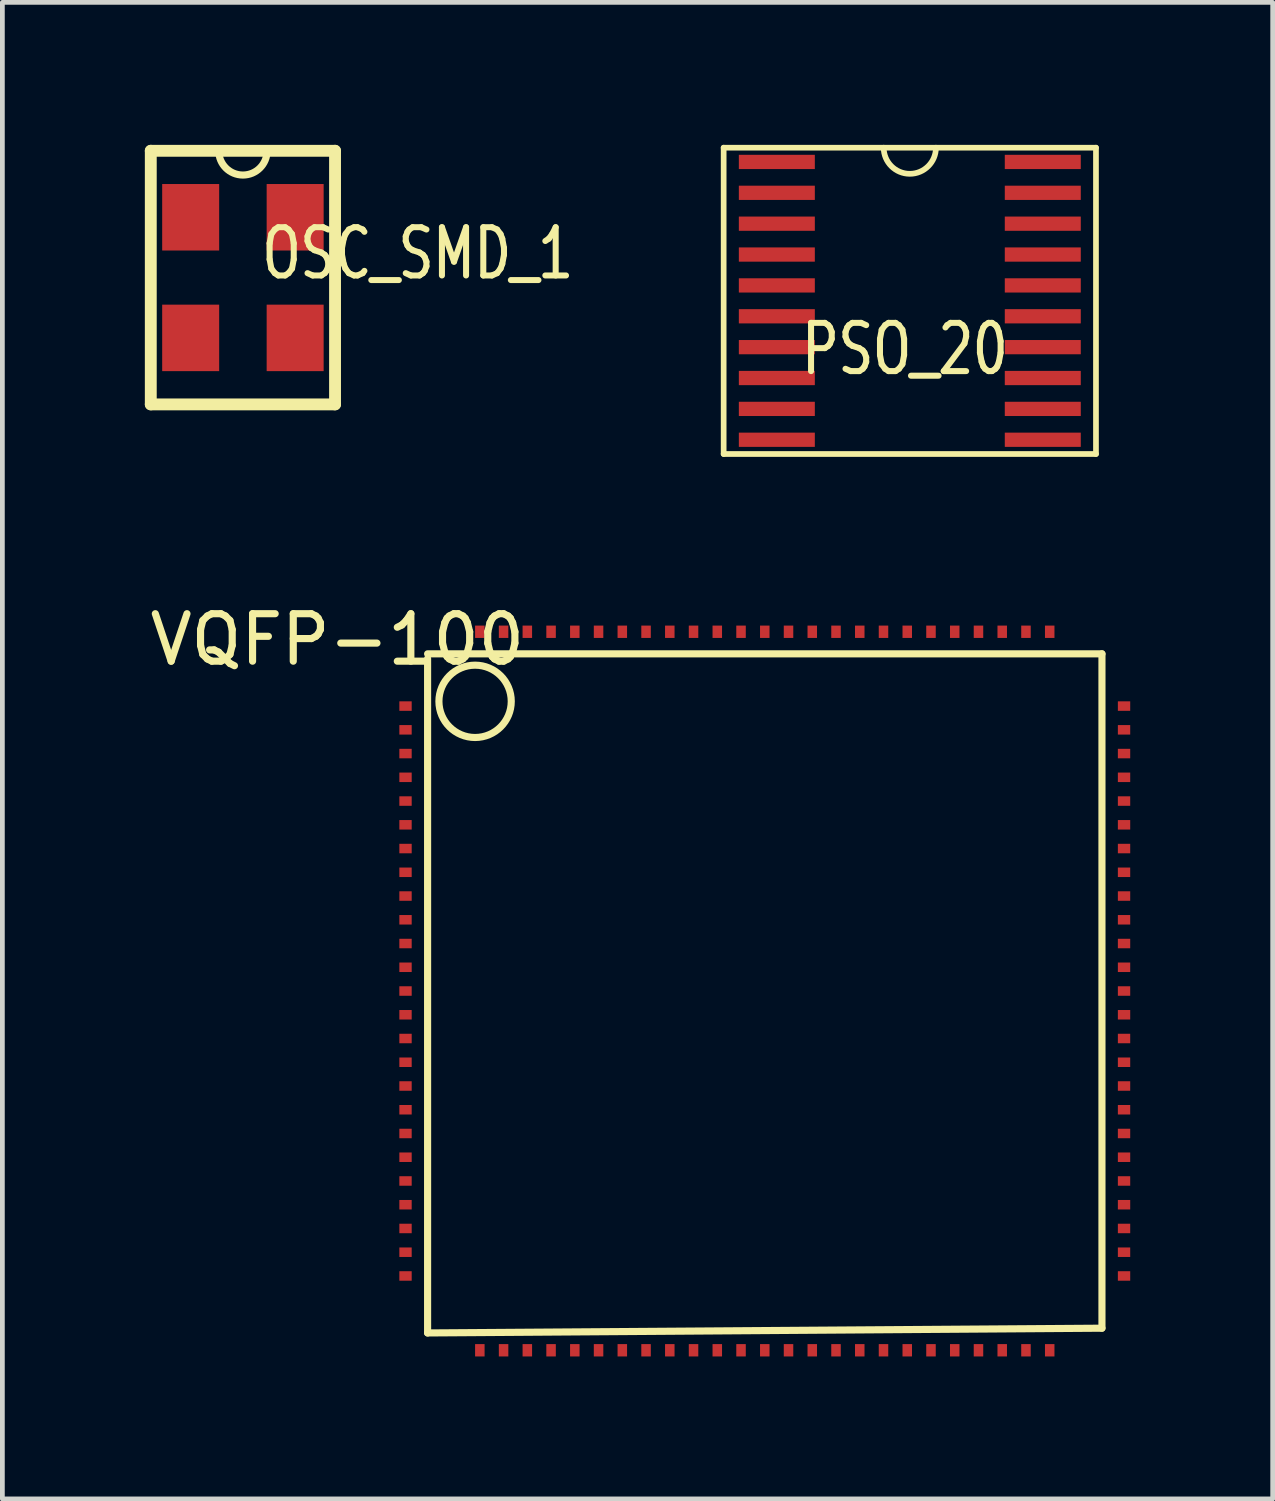
<source format=kicad_pcb>
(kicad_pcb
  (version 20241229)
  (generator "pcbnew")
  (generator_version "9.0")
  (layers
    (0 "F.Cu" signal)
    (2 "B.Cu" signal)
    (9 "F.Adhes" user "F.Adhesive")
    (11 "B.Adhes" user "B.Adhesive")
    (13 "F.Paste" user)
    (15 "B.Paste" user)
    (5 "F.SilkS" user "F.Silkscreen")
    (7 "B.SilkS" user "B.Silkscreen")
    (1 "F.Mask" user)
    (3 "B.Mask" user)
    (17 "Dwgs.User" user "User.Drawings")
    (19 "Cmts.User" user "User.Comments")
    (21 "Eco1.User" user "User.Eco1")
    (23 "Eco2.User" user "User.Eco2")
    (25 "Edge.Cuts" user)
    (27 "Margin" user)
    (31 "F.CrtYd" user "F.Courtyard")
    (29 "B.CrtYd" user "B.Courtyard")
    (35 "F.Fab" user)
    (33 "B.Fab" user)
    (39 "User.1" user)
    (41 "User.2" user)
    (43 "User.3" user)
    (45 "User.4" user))
  (footprint "VQFP-100"
    (layer "F.Cu")
    (at 13.054 17.818)
    (property "Reference" "VQFP-100" (at -9 -7.4 0) (layer "F.SilkS") (effects (font (size 1 1) (thickness 0.15))))
    (attr through_hole)
    (fp_line (start -7.1 -7.1) (end 7.1 -7.1) (stroke (width 0.15) (type solid)) (layer "F.SilkS"))
    (fp_line (start -7.1 7.2) (end -7.1 -7) (stroke (width 0.15) (type solid)) (layer "F.SilkS"))
    (fp_line (start 7.1 -7.1) (end 7.1 7.1) (stroke (width 0.15) (type solid)) (layer "F.SilkS"))
    (fp_line (start 7.1 7.1) (end -7.1 7.2) (stroke (width 0.15) (type solid)) (layer "F.SilkS"))
    (fp_circle (center -6.1 -6.1) (end -5.4 -5.8) (stroke (width 0.15) (type solid)) (fill no) (layer "F.SilkS"))
    (pad "1" smd rect (at -7.565 -6) (size 0.26 0.2) (layers "F.Cu" "F.Mask" "F.Paste"))
    (pad "2" smd rect (at -7.565 -5.5) (size 0.26 0.2) (layers "F.Cu" "F.Mask" "F.Paste"))
    (pad "3" smd rect (at -7.565 -5) (size 0.26 0.2) (layers "F.Cu" "F.Mask" "F.Paste"))
    (pad "4" smd rect (at -7.565 -4.5) (size 0.26 0.2) (layers "F.Cu" "F.Mask" "F.Paste"))
    (pad "5" smd rect (at -7.565 -4) (size 0.26 0.2) (layers "F.Cu" "F.Mask" "F.Paste"))
    (pad "6" smd rect (at -7.565 -3.5) (size 0.26 0.2) (layers "F.Cu" "F.Mask" "F.Paste"))
    (pad "7" smd rect (at -7.565 -3) (size 0.26 0.2) (layers "F.Cu" "F.Mask" "F.Paste"))
    (pad "8" smd rect (at -7.565 -2.5) (size 0.26 0.2) (layers "F.Cu" "F.Mask" "F.Paste"))
    (pad "9" smd rect (at -7.565 -2) (size 0.26 0.2) (layers "F.Cu" "F.Mask" "F.Paste"))
    (pad "10" smd rect (at -7.565 -1.5) (size 0.26 0.2) (layers "F.Cu" "F.Mask" "F.Paste"))
    (pad "11" smd rect (at -7.565 -1) (size 0.26 0.2) (layers "F.Cu" "F.Mask" "F.Paste"))
    (pad "12" smd rect (at -7.565 -0.5) (size 0.26 0.2) (layers "F.Cu" "F.Mask" "F.Paste"))
    (pad "13" smd rect (at -7.565 0) (size 0.26 0.2) (layers "F.Cu" "F.Mask" "F.Paste"))
    (pad "14" smd rect (at -7.565 0.5) (size 0.26 0.2) (layers "F.Cu" "F.Mask" "F.Paste"))
    (pad "15" smd rect (at -7.565 1) (size 0.26 0.2) (layers "F.Cu" "F.Mask" "F.Paste"))
    (pad "16" smd rect (at -7.565 1.5) (size 0.26 0.2) (layers "F.Cu" "F.Mask" "F.Paste"))
    (pad "17" smd rect (at -7.565 2) (size 0.26 0.2) (layers "F.Cu" "F.Mask" "F.Paste"))
    (pad "18" smd rect (at -7.565 2.5) (size 0.26 0.2) (layers "F.Cu" "F.Mask" "F.Paste"))
    (pad "19" smd rect (at -7.565 3) (size 0.26 0.2) (layers "F.Cu" "F.Mask" "F.Paste"))
    (pad "20" smd rect (at -7.565 3.5) (size 0.26 0.2) (layers "F.Cu" "F.Mask" "F.Paste"))
    (pad "21" smd rect (at -7.565 4) (size 0.26 0.2) (layers "F.Cu" "F.Mask" "F.Paste"))
    (pad "22" smd rect (at -7.565 4.5) (size 0.26 0.2) (layers "F.Cu" "F.Mask" "F.Paste"))
    (pad "23" smd rect (at -7.565 5) (size 0.26 0.2) (layers "F.Cu" "F.Mask" "F.Paste"))
    (pad "24" smd rect (at -7.565 5.5) (size 0.26 0.2) (layers "F.Cu" "F.Mask" "F.Paste"))
    (pad "25" smd rect (at -7.565 6) (size 0.26 0.2) (layers "F.Cu" "F.Mask" "F.Paste"))
    (pad "26" smd rect (at -6 7.565) (size 0.2 0.26) (layers "F.Cu" "F.Mask" "F.Paste"))
    (pad "27" smd rect (at -5.5 7.565) (size 0.2 0.26) (layers "F.Cu" "F.Mask" "F.Paste"))
    (pad "28" smd rect (at -5 7.565) (size 0.2 0.26) (layers "F.Cu" "F.Mask" "F.Paste"))
    (pad "29" smd rect (at -4.5 7.565) (size 0.2 0.26) (layers "F.Cu" "F.Mask" "F.Paste"))
    (pad "30" smd rect (at -4 7.565) (size 0.2 0.26) (layers "F.Cu" "F.Mask" "F.Paste"))
    (pad "31" smd rect (at -3.5 7.565) (size 0.2 0.26) (layers "F.Cu" "F.Mask" "F.Paste"))
    (pad "32" smd rect (at -3 7.565) (size 0.2 0.26) (layers "F.Cu" "F.Mask" "F.Paste"))
    (pad "33" smd rect (at -2.5 7.565) (size 0.2 0.26) (layers "F.Cu" "F.Mask" "F.Paste"))
    (pad "34" smd rect (at -2 7.565) (size 0.2 0.26) (layers "F.Cu" "F.Mask" "F.Paste"))
    (pad "35" smd rect (at -1.5 7.565) (size 0.2 0.26) (layers "F.Cu" "F.Mask" "F.Paste"))
    (pad "36" smd rect (at -1 7.565) (size 0.2 0.26) (layers "F.Cu" "F.Mask" "F.Paste"))
    (pad "37" smd rect (at -0.5 7.565) (size 0.2 0.26) (layers "F.Cu" "F.Mask" "F.Paste"))
    (pad "38" smd rect (at 0 7.565) (size 0.2 0.26) (layers "F.Cu" "F.Mask" "F.Paste"))
    (pad "39" smd rect (at 0.5 7.565) (size 0.2 0.26) (layers "F.Cu" "F.Mask" "F.Paste"))
    (pad "40" smd rect (at 1 7.565) (size 0.2 0.26) (layers "F.Cu" "F.Mask" "F.Paste"))
    (pad "41" smd rect (at 1.5 7.565) (size 0.2 0.26) (layers "F.Cu" "F.Mask" "F.Paste"))
    (pad "42" smd rect (at 2 7.565) (size 0.2 0.26) (layers "F.Cu" "F.Mask" "F.Paste"))
    (pad "43" smd rect (at 2.5 7.565) (size 0.2 0.26) (layers "F.Cu" "F.Mask" "F.Paste"))
    (pad "44" smd rect (at 3 7.565) (size 0.2 0.26) (layers "F.Cu" "F.Mask" "F.Paste"))
    (pad "45" smd rect (at 3.5 7.565) (size 0.2 0.26) (layers "F.Cu" "F.Mask" "F.Paste"))
    (pad "46" smd rect (at 4 7.565) (size 0.2 0.26) (layers "F.Cu" "F.Mask" "F.Paste"))
    (pad "47" smd rect (at 4.5 7.565) (size 0.2 0.26) (layers "F.Cu" "F.Mask" "F.Paste"))
    (pad "48" smd rect (at 5 7.565) (size 0.2 0.26) (layers "F.Cu" "F.Mask" "F.Paste"))
    (pad "49" smd rect (at 5.5 7.565) (size 0.2 0.26) (layers "F.Cu" "F.Mask" "F.Paste"))
    (pad "50" smd rect (at 6 7.565) (size 0.2 0.26) (layers "F.Cu" "F.Mask" "F.Paste"))
    (pad "51" smd rect (at 7.565 6) (size 0.26 0.2) (layers "F.Cu" "F.Mask" "F.Paste"))
    (pad "52" smd rect (at 7.565 5.5) (size 0.26 0.2) (layers "F.Cu" "F.Mask" "F.Paste"))
    (pad "53" smd rect (at 7.565 5) (size 0.26 0.2) (layers "F.Cu" "F.Mask" "F.Paste"))
    (pad "54" smd rect (at 7.565 4.5) (size 0.26 0.2) (layers "F.Cu" "F.Mask" "F.Paste"))
    (pad "55" smd rect (at 7.565 4) (size 0.26 0.2) (layers "F.Cu" "F.Mask" "F.Paste"))
    (pad "56" smd rect (at 7.565 3.5) (size 0.26 0.2) (layers "F.Cu" "F.Mask" "F.Paste"))
    (pad "57" smd rect (at 7.565 3) (size 0.26 0.2) (layers "F.Cu" "F.Mask" "F.Paste"))
    (pad "58" smd rect (at 7.565 2.5) (size 0.26 0.2) (layers "F.Cu" "F.Mask" "F.Paste"))
    (pad "59" smd rect (at 7.565 2) (size 0.26 0.2) (layers "F.Cu" "F.Mask" "F.Paste"))
    (pad "60" smd rect (at 7.565 1.5) (size 0.26 0.2) (layers "F.Cu" "F.Mask" "F.Paste"))
    (pad "61" smd rect (at 7.565 1) (size 0.26 0.2) (layers "F.Cu" "F.Mask" "F.Paste"))
    (pad "62" smd rect (at 7.565 0.5) (size 0.26 0.2) (layers "F.Cu" "F.Mask" "F.Paste"))
    (pad "63" smd rect (at 7.565 0) (size 0.26 0.2) (layers "F.Cu" "F.Mask" "F.Paste"))
    (pad "64" smd rect (at 7.565 -0.5) (size 0.26 0.2) (layers "F.Cu" "F.Mask" "F.Paste"))
    (pad "65" smd rect (at 7.565 -1) (size 0.26 0.2) (layers "F.Cu" "F.Mask" "F.Paste"))
    (pad "66" smd rect (at 7.565 -1.5) (size 0.26 0.2) (layers "F.Cu" "F.Mask" "F.Paste"))
    (pad "67" smd rect (at 7.565 -2) (size 0.26 0.2) (layers "F.Cu" "F.Mask" "F.Paste"))
    (pad "68" smd rect (at 7.565 -2.5) (size 0.26 0.2) (layers "F.Cu" "F.Mask" "F.Paste"))
    (pad "69" smd rect (at 7.565 -3) (size 0.26 0.2) (layers "F.Cu" "F.Mask" "F.Paste"))
    (pad "70" smd rect (at 7.565 -3.5) (size 0.26 0.2) (layers "F.Cu" "F.Mask" "F.Paste"))
    (pad "71" smd rect (at 7.565 -4) (size 0.26 0.2) (layers "F.Cu" "F.Mask" "F.Paste"))
    (pad "72" smd rect (at 7.565 -4.5) (size 0.26 0.2) (layers "F.Cu" "F.Mask" "F.Paste"))
    (pad "73" smd rect (at 7.565 -5) (size 0.26 0.2) (layers "F.Cu" "F.Mask" "F.Paste"))
    (pad "74" smd rect (at 7.565 -5.5) (size 0.26 0.2) (layers "F.Cu" "F.Mask" "F.Paste"))
    (pad "75" smd rect (at 7.565 -6) (size 0.26 0.2) (layers "F.Cu" "F.Mask" "F.Paste"))
    (pad "76" smd rect (at 6 -7.565) (size 0.2 0.26) (layers "F.Cu" "F.Mask" "F.Paste"))
    (pad "77" smd rect (at 5.5 -7.565) (size 0.2 0.26) (layers "F.Cu" "F.Mask" "F.Paste"))
    (pad "78" smd rect (at 5 -7.565) (size 0.2 0.26) (layers "F.Cu" "F.Mask" "F.Paste"))
    (pad "79" smd rect (at 4.5 -7.565) (size 0.2 0.26) (layers "F.Cu" "F.Mask" "F.Paste"))
    (pad "80" smd rect (at 4 -7.565) (size 0.2 0.26) (layers "F.Cu" "F.Mask" "F.Paste"))
    (pad "81" smd rect (at 3.5 -7.565) (size 0.2 0.26) (layers "F.Cu" "F.Mask" "F.Paste"))
    (pad "82" smd rect (at 3 -7.565) (size 0.2 0.26) (layers "F.Cu" "F.Mask" "F.Paste"))
    (pad "83" smd rect (at 2.5 -7.565) (size 0.2 0.26) (layers "F.Cu" "F.Mask" "F.Paste"))
    (pad "84" smd rect (at 2 -7.565) (size 0.2 0.26) (layers "F.Cu" "F.Mask" "F.Paste"))
    (pad "85" smd rect (at 1.5 -7.565) (size 0.2 0.26) (layers "F.Cu" "F.Mask" "F.Paste"))
    (pad "86" smd rect (at 1 -7.565) (size 0.2 0.26) (layers "F.Cu" "F.Mask" "F.Paste"))
    (pad "87" smd rect (at 0.5 -7.565) (size 0.2 0.26) (layers "F.Cu" "F.Mask" "F.Paste"))
    (pad "88" smd rect (at 0 -7.565) (size 0.2 0.26) (layers "F.Cu" "F.Mask" "F.Paste"))
    (pad "89" smd rect (at -0.5 -7.565) (size 0.2 0.26) (layers "F.Cu" "F.Mask" "F.Paste"))
    (pad "90" smd rect (at -1 -7.565) (size 0.2 0.26) (layers "F.Cu" "F.Mask" "F.Paste"))
    (pad "91" smd rect (at -1.5 -7.565) (size 0.2 0.26) (layers "F.Cu" "F.Mask" "F.Paste"))
    (pad "92" smd rect (at -2 -7.565) (size 0.2 0.26) (layers "F.Cu" "F.Mask" "F.Paste"))
    (pad "93" smd rect (at -2.5 -7.565) (size 0.2 0.26) (layers "F.Cu" "F.Mask" "F.Paste"))
    (pad "94" smd rect (at -3 -7.565) (size 0.2 0.26) (layers "F.Cu" "F.Mask" "F.Paste"))
    (pad "95" smd rect (at -3.5 -7.565) (size 0.2 0.26) (layers "F.Cu" "F.Mask" "F.Paste"))
    (pad "96" smd rect (at -4 -7.565) (size 0.2 0.26) (layers "F.Cu" "F.Mask" "F.Paste"))
    (pad "97" smd rect (at -4.5 -7.565) (size 0.2 0.26) (layers "F.Cu" "F.Mask" "F.Paste"))
    (pad "98" smd rect (at -5 -7.565) (size 0.2 0.26) (layers "F.Cu" "F.Mask" "F.Paste"))
    (pad "99" smd rect (at -5.5 -7.565) (size 0.2 0.26) (layers "F.Cu" "F.Mask" "F.Paste"))
    (pad "100" smd rect (at -6 -7.565) (size 0.2 0.26) (layers "F.Cu" "F.Mask" "F.Paste")))
  (footprint "PSO_20"
    (layer "F.Cu")
    (at 16.108 3.285)
    (property "Reference" "PSO_20" (at -0.102 1.016 0) (layer "F.SilkS") (effects (font (size 1.016 0.762) (thickness 0.127))))
    (attr through_hole)
    (fp_line (start -3.92 -3.225) (end -3.92 3.225) (stroke (width 0.12) (type solid)) (layer "F.SilkS"))
    (fp_line (start -3.92 3.225) (end 3.92 3.225) (stroke (width 0.12) (type solid)) (layer "F.SilkS"))
    (fp_line (start 3.92 -3.225) (end -3.92 -3.225) (stroke (width 0.12) (type solid)) (layer "F.SilkS"))
    (fp_line (start 3.92 3.225) (end 3.92 -3.225) (stroke (width 0.12) (type solid)) (layer "F.SilkS"))
    (fp_arc (start 0.549783 -3.224784) (mid 0 -2.675001) (end -0.549783 -3.224784) (stroke (width 0.119888) (type solid)) (layer "F.SilkS"))
    (pad "1" smd rect (at -2.8 -2.925) (size 1.6 0.3) (layers "F.Cu" "F.Mask" "F.Paste"))
    (pad "2" smd rect (at -2.8 -2.275) (size 1.6 0.3) (layers "F.Cu" "F.Mask" "F.Paste"))
    (pad "3" smd rect (at -2.8 -1.625) (size 1.6 0.3) (layers "F.Cu" "F.Mask" "F.Paste"))
    (pad "4" smd rect (at -2.8 -0.975) (size 1.6 0.3) (layers "F.Cu" "F.Mask" "F.Paste"))
    (pad "5" smd rect (at -2.8 -0.325) (size 1.6 0.3) (layers "F.Cu" "F.Mask" "F.Paste"))
    (pad "6" smd rect (at -2.8 0.325) (size 1.6 0.3) (layers "F.Cu" "F.Mask" "F.Paste"))
    (pad "7" smd rect (at -2.8 0.975) (size 1.6 0.3) (layers "F.Cu" "F.Mask" "F.Paste"))
    (pad "8" smd rect (at -2.8 1.625) (size 1.6 0.3) (layers "F.Cu" "F.Mask" "F.Paste"))
    (pad "9" smd rect (at -2.8 2.275) (size 1.6 0.3) (layers "F.Cu" "F.Mask" "F.Paste"))
    (pad "10" smd rect (at -2.8 2.925) (size 1.6 0.3) (layers "F.Cu" "F.Mask" "F.Paste"))
    (pad "11" smd rect (at 2.8 2.925) (size 1.6 0.3) (layers "F.Cu" "F.Mask" "F.Paste"))
    (pad "12" smd rect (at 2.8 2.275) (size 1.6 0.3) (layers "F.Cu" "F.Mask" "F.Paste"))
    (pad "13" smd rect (at 2.8 1.625) (size 1.6 0.3) (layers "F.Cu" "F.Mask" "F.Paste"))
    (pad "14" smd rect (at 2.8 0.975) (size 1.6 0.3) (layers "F.Cu" "F.Mask" "F.Paste"))
    (pad "15" smd rect (at 2.8 0.325) (size 1.6 0.3) (layers "F.Cu" "F.Mask" "F.Paste"))
    (pad "16" smd rect (at 2.8 -0.325) (size 1.6 0.3) (layers "F.Cu" "F.Mask" "F.Paste"))
    (pad "17" smd rect (at 2.8 -0.975) (size 1.6 0.3) (layers "F.Cu" "F.Mask" "F.Paste"))
    (pad "18" smd rect (at 2.8 -1.625) (size 1.6 0.3) (layers "F.Cu" "F.Mask" "F.Paste"))
    (pad "19" smd rect (at 2.8 -2.275) (size 1.6 0.3) (layers "F.Cu" "F.Mask" "F.Paste"))
    (pad "20" smd rect (at 2.8 -2.925) (size 1.6 0.3) (layers "F.Cu" "F.Mask" "F.Paste")))
  (footprint "OSC_SMD_1"
    (layer "F.Cu")
    (at 2.065 2.795)
    (property "Reference" "OSC_SMD_1" (at 3.683 -0.508 0) (layer "F.SilkS") (effects (font (size 1.016 0.762) (thickness 0.127))))
    (attr through_hole)
    (fp_line (start -1.94 -2.67) (end -1.94 2.67) (stroke (width 0.25) (type solid)) (layer "F.SilkS"))
    (fp_line (start -1.94 2.67) (end 1.94 2.67) (stroke (width 0.25) (type solid)) (layer "F.SilkS"))
    (fp_line (start 1.94 -2.67) (end -1.94 -2.67) (stroke (width 0.25) (type solid)) (layer "F.SilkS"))
    (fp_line (start 1.94 2.67) (end 1.94 -2.67) (stroke (width 0.25) (type solid)) (layer "F.SilkS"))
    (fp_arc (start 0.508 -2.667) (mid 0 -2.159) (end -0.508 -2.667) (stroke (width 0.15) (type solid)) (layer "F.SilkS"))
    (pad "1" smd rect (at -1.1 -1.27 270) (size 1.4 1.2) (layers "F.Cu" "F.Mask" "F.Paste"))
    (pad "2" smd rect (at -1.1 1.27 270) (size 1.4 1.2) (layers "F.Cu" "F.Mask" "F.Paste"))
    (pad "3" smd rect (at 1.1 1.27 270) (size 1.4 1.2) (layers "F.Cu" "F.Mask" "F.Paste"))
    (pad "4" smd rect (at 1.1 -1.27 270) (size 1.4 1.2) (layers "F.Cu" "F.Mask" "F.Paste")))
  (gr_rect
    (start -3 -3)
    (end 23.749 28.513)
    (stroke (width 0.1) (type default))
    (fill no)
    (layer "Edge.Cuts")))
</source>
